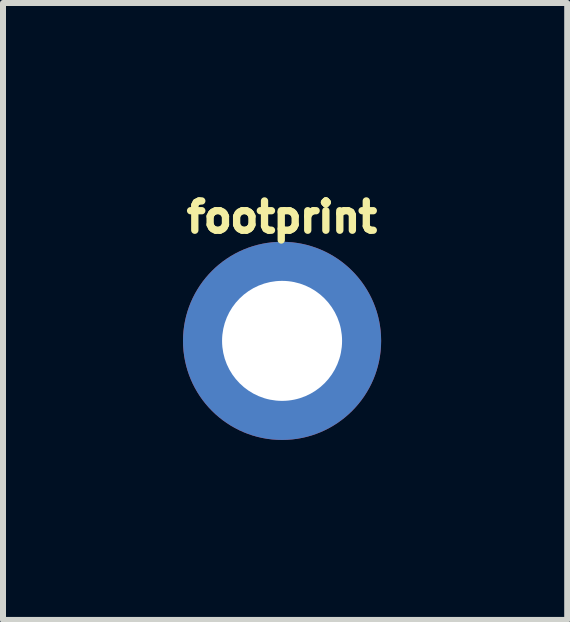
<source format=kicad_pcb>
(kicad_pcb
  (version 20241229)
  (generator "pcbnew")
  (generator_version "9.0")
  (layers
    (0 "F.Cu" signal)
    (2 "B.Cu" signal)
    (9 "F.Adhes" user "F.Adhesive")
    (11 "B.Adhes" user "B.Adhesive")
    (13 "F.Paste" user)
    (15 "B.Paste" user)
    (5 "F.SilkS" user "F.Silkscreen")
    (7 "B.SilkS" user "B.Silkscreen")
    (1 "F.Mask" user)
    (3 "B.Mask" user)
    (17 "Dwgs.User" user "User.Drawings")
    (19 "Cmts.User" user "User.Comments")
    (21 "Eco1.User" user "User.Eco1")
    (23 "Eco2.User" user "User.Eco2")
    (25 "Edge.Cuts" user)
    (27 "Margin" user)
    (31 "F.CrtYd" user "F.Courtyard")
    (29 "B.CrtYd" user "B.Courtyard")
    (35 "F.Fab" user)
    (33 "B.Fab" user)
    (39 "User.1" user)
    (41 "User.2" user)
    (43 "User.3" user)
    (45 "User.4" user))
  (footprint "footprint"
    (layer "F.Cu")
    (at 1.651 2.631)
    (property "Reference" "footprint" (at -1.651 -1.778 0) (layer "F.SilkS") (effects (font (size 0.488 0.488) (thickness 0.122)) (justify left bottom)))
    (pad "1" thru_hole circle (at 0 0 90) (size 3.302 3.302) (drill 2) (layers "*.Cu" "*.Mask")))
  (gr_rect
    (start -3 -3)
    (end 6.403 7.282)
    (stroke (width 0.1) (type default))
    (fill no)
    (layer "Edge.Cuts")))
</source>
